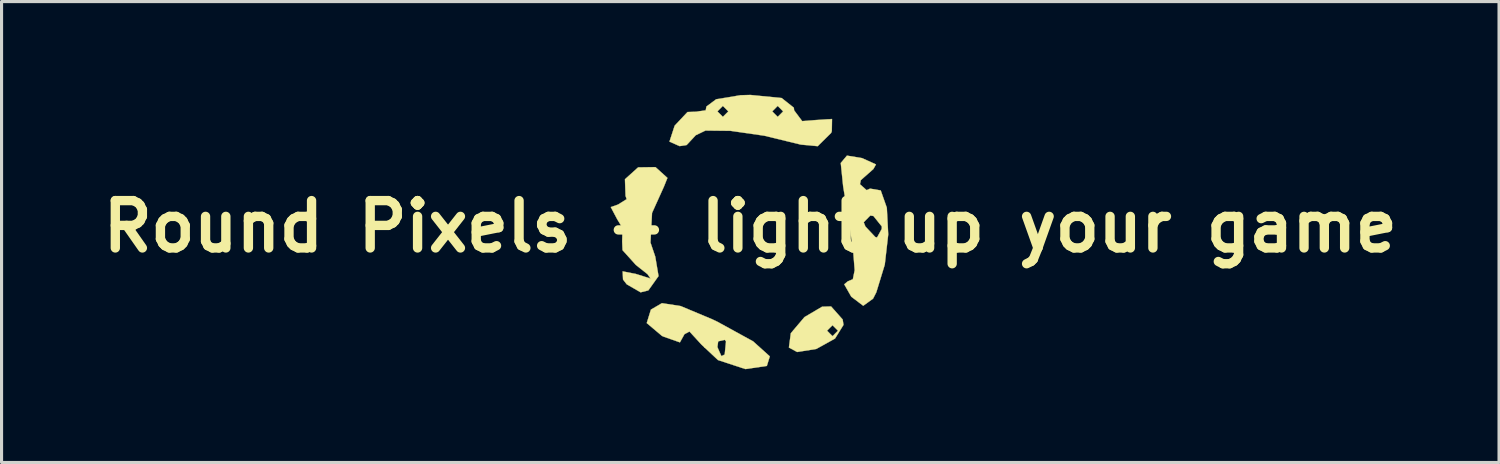
<source format=kicad_pcb>
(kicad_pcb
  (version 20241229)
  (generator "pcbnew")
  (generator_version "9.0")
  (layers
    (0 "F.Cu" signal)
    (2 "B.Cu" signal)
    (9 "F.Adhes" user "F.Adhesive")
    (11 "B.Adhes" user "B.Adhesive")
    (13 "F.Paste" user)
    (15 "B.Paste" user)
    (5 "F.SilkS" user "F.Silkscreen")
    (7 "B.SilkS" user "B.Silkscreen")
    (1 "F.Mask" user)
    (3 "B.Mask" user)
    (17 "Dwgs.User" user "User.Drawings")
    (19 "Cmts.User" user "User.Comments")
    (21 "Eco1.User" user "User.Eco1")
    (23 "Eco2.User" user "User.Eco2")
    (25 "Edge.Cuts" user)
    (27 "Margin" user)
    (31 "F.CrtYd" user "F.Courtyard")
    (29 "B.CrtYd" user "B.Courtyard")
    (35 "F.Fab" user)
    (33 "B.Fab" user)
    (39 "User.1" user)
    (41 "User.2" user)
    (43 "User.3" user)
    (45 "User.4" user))
  (footprint "Round Pixels - light up your game"
    (layer "F.Cu")
    (at 21.089 4.238)
    (property "Reference" "Round Pixels - light up your game" (at 0 0 0) (layer "F.SilkS") (effects (font (size 1.524 1.524) (thickness 0.3))))
    (attr through_hole)
    (fp_poly (pts (xy 2.972 2.991) (xy 2.999 3.164) (xy 2.726 3.604) (xy 2.123 3.939) (xy 1.508 4.037) (xy 1.243 3.893) (xy 1.304 3.435) (xy 1.374 3.351) (xy 2.469 3.351) (xy 2.646 3.528) (xy 2.822 3.351) (xy 2.646 3.175) (xy 2.469 3.351) (xy 1.374 3.351) (xy 1.744 2.914) (xy 2.31 2.58) (xy 2.599 2.571) (xy 2.972 2.991)) (stroke (width 0.01) (type solid)) (fill yes) (layer "F.SilkS"))
    (fp_poly (pts (xy -2.666 -1.564) (xy -2.779 -1.282) (xy -3.161 -0.437) (xy -3.211 0.517) (xy -3.057 0.97) (xy -2.952 1.594) (xy -3.28 2.055) (xy -3.528 2.117) (xy -3.976 1.858) (xy -4.094 1.704) (xy -4.106 1.442) (xy -3.674 1.528) (xy -3.21 1.674) (xy -3.304 1.534) (xy -3.678 1.239) (xy -4.11 0.76) (xy -4.122 0.477) (xy -4.109 0.05) (xy -4.28 -0.232) (xy -4.488 -0.625) (xy -4.256 -0.706) (xy -3.978 -0.879) (xy -4.013 -0.987) (xy -4.032 -1.521) (xy -3.608 -1.903) (xy -3.05 -1.911) (xy -2.666 -1.564)) (stroke (width 0.01) (type solid)) (fill yes) (layer "F.SilkS"))
    (fp_poly (pts (xy -2.241 2.559) (xy -1.226 2.984) (xy -1.058 3.064) (xy 0.092 3.695) (xy 0.628 4.178) (xy 0.533 4.485) (xy -0.156 4.586) (xy -1.039 4.296) (xy -1.483 3.881) (xy -1.058 3.881) (xy -0.929 4.171) (xy -0.823 4.116) (xy -0.781 3.697) (xy -0.823 3.645) (xy -1.033 3.694) (xy -1.058 3.881) (xy -1.483 3.881) (xy -1.567 3.802) (xy -1.956 3.378) (xy -2.117 3.462) (xy -2.264 3.727) (xy -2.805 3.537) (xy -2.845 3.516) (xy -3.331 3.106) (xy -3.197 2.673) (xy -2.842 2.466) (xy -2.241 2.559)) (stroke (width 0.01) (type solid)) (fill yes) (layer "F.SilkS"))
    (fp_poly (pts (xy 3.597 -2.201) (xy 4.044 -1.998) (xy 3.96 -1.849) (xy 3.556 -1.492) (xy 3.528 -1.361) (xy 3.742 -1.17) (xy 3.855 -1.219) (xy 4.197 -1.161) (xy 4.393 -0.604) (xy 4.438 0.256) (xy 4.327 1.227) (xy 4.055 2.115) (xy 3.95 2.321) (xy 3.634 2.549) (xy 3.249 2.257) (xy 3.023 1.859) (xy 3.138 1.764) (xy 3.3 1.696) (xy 3.359 1.406) (xy 3.308 0.762) (xy 3.175 -0.137) (xy 3.649 -0.137) (xy 3.704 0) (xy 4.021 0.337) (xy 4.078 0.353) (xy 4.229 0.08) (xy 4.233 0) (xy 3.962 -0.339) (xy 3.86 -0.353) (xy 3.649 -0.137) (xy 3.175 -0.137) (xy 3.14 -0.369) (xy 2.988 -1.293) (xy 2.911 -2.044) (xy 3.11 -2.281) (xy 3.597 -2.201)) (stroke (width 0.01) (type solid)) (fill yes) (layer "F.SilkS"))
    (fp_poly (pts (xy 1.009 -4.134) (xy 1.401 -3.823) (xy 1.411 -3.737) (xy 1.67 -3.391) (xy 2.122 -3.427) (xy 2.63 -3.459) (xy 2.623 -3.069) (xy 2.602 -3.013) (xy 2.169 -2.585) (xy 1.627 -2.636) (xy 0.45 -2.922) (xy -0.638 -3.079) (xy -1.441 -3.088) (xy -1.764 -2.933) (xy -1.764 -2.927) (xy -2.048 -2.622) (xy -2.274 -2.587) (xy -2.6 -2.732) (xy -2.433 -3.244) (xy -2.02 -3.684) (xy -1.746 -3.693) (xy -1.671 -3.704) (xy -1.058 -3.704) (xy -0.882 -3.528) (xy -0.706 -3.704) (xy 0.706 -3.704) (xy 0.882 -3.528) (xy 1.058 -3.704) (xy 0.882 -3.881) (xy 0.706 -3.704) (xy -0.706 -3.704) (xy -0.882 -3.881) (xy -1.058 -3.704) (xy -1.671 -3.704) (xy -1.434 -3.738) (xy -1.411 -3.86) (xy -1.098 -4.094) (xy -0.316 -4.224) (xy 0 -4.233) (xy 1.009 -4.134)) (stroke (width 0.01) (type solid)) (fill yes) (layer "F.SilkS")))
  (gr_rect
    (start -3 -3)
    (end 45.179 11.829)
    (stroke (width 0.1) (type default))
    (fill no)
    (layer "Edge.Cuts")))
</source>
